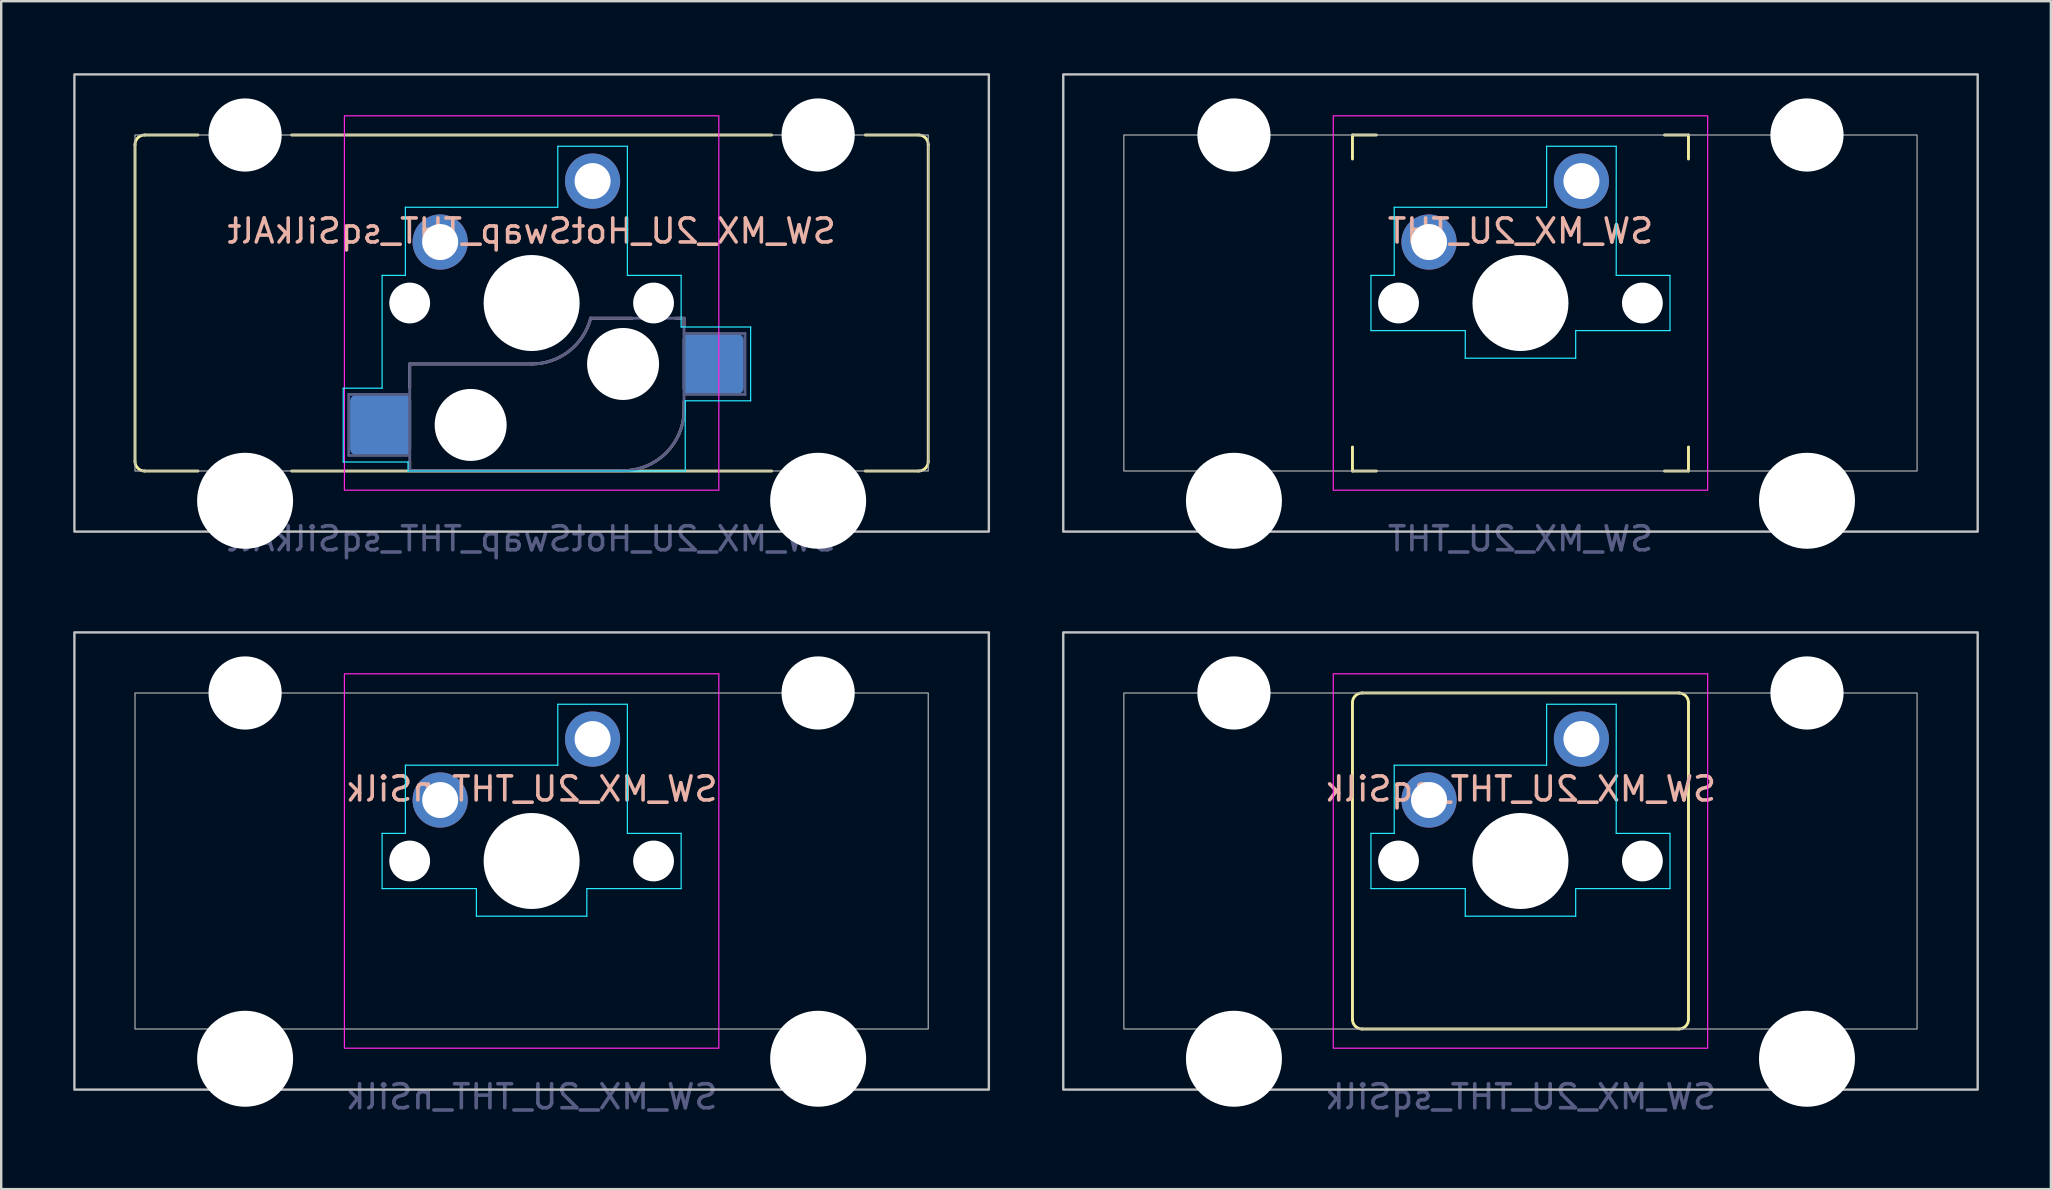
<source format=kicad_pcb>
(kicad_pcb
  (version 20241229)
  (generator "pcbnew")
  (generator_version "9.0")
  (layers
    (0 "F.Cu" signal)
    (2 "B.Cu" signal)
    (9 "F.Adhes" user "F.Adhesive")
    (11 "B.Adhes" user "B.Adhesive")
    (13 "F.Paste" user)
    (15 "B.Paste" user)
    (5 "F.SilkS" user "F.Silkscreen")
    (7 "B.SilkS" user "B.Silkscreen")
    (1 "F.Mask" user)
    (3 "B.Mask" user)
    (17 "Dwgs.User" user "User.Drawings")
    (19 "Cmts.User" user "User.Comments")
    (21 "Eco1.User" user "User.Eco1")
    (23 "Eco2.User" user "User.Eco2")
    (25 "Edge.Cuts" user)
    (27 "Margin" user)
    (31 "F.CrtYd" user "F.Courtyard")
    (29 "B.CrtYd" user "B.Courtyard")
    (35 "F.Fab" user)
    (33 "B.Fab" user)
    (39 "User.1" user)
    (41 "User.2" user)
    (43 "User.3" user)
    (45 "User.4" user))
  (footprint "SW_MX_2U_THT"
    (layer "F.Cu")
    (at 60.3 9.575)
    (property "Reference" "SW_MX_2U_THT" (at 0 -3 0) (unlocked yes) (layer "B.SilkS") (effects (font (size 1 1) (thickness 0.15)) (justify mirror)))
    (attr through_hole)
    (fp_line (start -7 -7) (end -7 -6) (stroke (width 0.12) (type solid)) (layer "F.SilkS"))
    (fp_line (start -7 7) (end -7 6) (stroke (width 0.12) (type solid)) (layer "F.SilkS"))
    (fp_line (start -7 7) (end -6 7) (stroke (width 0.12) (type solid)) (layer "F.SilkS"))
    (fp_line (start -6 -7) (end -7 -7) (stroke (width 0.12) (type solid)) (layer "F.SilkS"))
    (fp_line (start 6 7) (end 7 7) (stroke (width 0.12) (type solid)) (layer "F.SilkS"))
    (fp_line (start 7 -7) (end 6 -7) (stroke (width 0.12) (type solid)) (layer "F.SilkS"))
    (fp_line (start 7 -6) (end 7 -7) (stroke (width 0.12) (type solid)) (layer "F.SilkS"))
    (fp_line (start 7 7) (end 7 6) (stroke (width 0.12) (type solid)) (layer "F.SilkS"))
    (fp_rect (start -19.05 -9.525) (end 19.05 9.525) (stroke (width 0.1) (type default)) (fill no) (layer "Dwgs.User"))
    (fp_line (start -6.23 -1.15) (end -6.23 1.15) (stroke (width 0.05) (type default)) (layer "B.CrtYd"))
    (fp_line (start -6.23 -1.15) (end -5.26 -1.15) (stroke (width 0.05) (type default)) (layer "B.CrtYd"))
    (fp_line (start -6.23 1.15) (end -2.3 1.15) (stroke (width 0.05) (type default)) (layer "B.CrtYd"))
    (fp_line (start -5.26 -3.99) (end 1.09 -3.99) (stroke (width 0.05) (type default)) (layer "B.CrtYd"))
    (fp_line (start -5.26 -1.15) (end -5.26 -3.99) (stroke (width 0.05) (type default)) (layer "B.CrtYd"))
    (fp_line (start -2.3 1.15) (end -2.3 2.3) (stroke (width 0.05) (type default)) (layer "B.CrtYd"))
    (fp_line (start -2.3 2.3) (end 2.3 2.3) (stroke (width 0.05) (type default)) (layer "B.CrtYd"))
    (fp_line (start 1.09 -6.53) (end 3.99 -6.53) (stroke (width 0.05) (type default)) (layer "B.CrtYd"))
    (fp_line (start 1.09 -3.99) (end 1.09 -6.53) (stroke (width 0.05) (type default)) (layer "B.CrtYd"))
    (fp_line (start 2.3 1.15) (end 2.3 2.3) (stroke (width 0.05) (type default)) (layer "B.CrtYd"))
    (fp_line (start 3.99 -6.53) (end 3.99 -1.15) (stroke (width 0.05) (type default)) (layer "B.CrtYd"))
    (fp_line (start 3.99 -1.15) (end 6.23 -1.15) (stroke (width 0.05) (type default)) (layer "B.CrtYd"))
    (fp_line (start 6.23 -1.15) (end 6.23 1.15) (stroke (width 0.05) (type default)) (layer "B.CrtYd"))
    (fp_line (start 6.23 1.15) (end 2.3 1.15) (stroke (width 0.05) (type default)) (layer "B.CrtYd"))
    (fp_rect (start -7.8 -7.8) (end 7.8 7.8) (stroke (width 0.05) (type default)) (fill no) (layer "F.CrtYd"))
    (fp_rect (start -16.525 -7) (end 16.525 7) (stroke (width 0.05) (type default)) (fill no) (layer "F.Fab"))
    (fp_text user "${REFERENCE}" (at 0 9.825 0) (layer "B.Fab") (effects (font (size 1 1) (thickness 0.15)) (justify mirror)))
    (pad "" np_thru_hole circle (at -11.938 -7) (size 3.05 3.05) (drill 3.05) (layers "*.Cu" "*.Mask"))
    (pad "" np_thru_hole circle (at -11.938 8.24) (size 4 4) (drill 4) (layers "*.Cu" "*.Mask"))
    (pad "" np_thru_hole circle (at -5.08 0) (size 1.7 1.7) (drill 1.7) (layers "*.Cu" "*.Mask"))
    (pad "" np_thru_hole circle (at 0 0) (size 4 4) (drill 4) (layers "*.Cu" "*.Mask"))
    (pad "" np_thru_hole circle (at 5.08 0) (size 1.7 1.7) (drill 1.7) (layers "*.Cu" "*.Mask"))
    (pad "" np_thru_hole circle (at 11.938 -7) (size 3.05 3.05) (drill 3.05) (layers "*.Cu" "*.Mask"))
    (pad "" np_thru_hole circle (at 11.938 8.24) (size 4 4) (drill 4) (layers "*.Cu" "*.Mask"))
    (pad "1" thru_hole circle (at 2.54 -5.08) (size 2.3 2.3) (drill 1.5) (layers "*.Cu" "*.Mask"))
    (pad "2" thru_hole circle (at -3.81 -2.54) (size 2.3 2.3) (drill 1.5) (layers "*.Cu" "*.Mask")))
  (footprint "SW_MX_2U_HotSwap_THT_sqSilkAlt"
    (layer "F.Cu")
    (at 19.1 9.575)
    (property "Reference" "SW_MX_2U_HotSwap_THT_sqSilkAlt" (at 0 -3 0) (unlocked yes) (layer "B.SilkS") (effects (font (size 1 1) (thickness 0.15)) (justify mirror)))
    (attr through_hole)
    (fp_line (start -16.525 6.6) (end -16.525 -6.6) (stroke (width 0.12) (type default)) (layer "F.SilkS"))
    (fp_line (start -16.125 -7) (end -13.9 -7) (stroke (width 0.12) (type default)) (layer "F.SilkS"))
    (fp_line (start -13.9 7) (end -16.125 7) (stroke (width 0.12) (type default)) (layer "F.SilkS"))
    (fp_line (start 10 -7) (end -10 -7) (stroke (width 0.12) (type default)) (layer "F.SilkS"))
    (fp_line (start 10 7) (end -10 7) (stroke (width 0.12) (type default)) (layer "F.SilkS"))
    (fp_line (start 13.9 -7) (end 16.125 -7) (stroke (width 0.12) (type default)) (layer "F.SilkS"))
    (fp_line (start 16.125 7) (end 13.9 7) (stroke (width 0.12) (type default)) (layer "F.SilkS"))
    (fp_line (start 16.525 -6.6) (end 16.525 6.6) (stroke (width 0.12) (type default)) (layer "F.SilkS"))
    (fp_arc (start -16.525 -6.6) (mid -16.407843 -6.882843) (end -16.125 -7) (stroke (width 0.12) (type default)) (layer "F.SilkS"))
    (fp_arc (start -16.125 7) (mid -16.407843 6.882843) (end -16.525 6.6) (stroke (width 0.12) (type default)) (layer "F.SilkS"))
    (fp_arc (start 16.125 -7) (mid 16.407843 -6.882843) (end 16.525 -6.6) (stroke (width 0.12) (type default)) (layer "F.SilkS"))
    (fp_arc (start 16.525 6.6) (mid 16.407843 6.882843) (end 16.125 7) (stroke (width 0.12) (type default)) (layer "F.SilkS"))
    (fp_line (start -5.08 2.54) (end -5.08 3.53) (stroke (width 0.12) (type default)) (layer "B.SilkS"))
    (fp_line (start -5.08 2.54) (end 0 2.54) (stroke (width 0.12) (type solid)) (layer "B.SilkS"))
    (fp_line (start -5.08 6.985) (end -5.08 6.604) (stroke (width 0.12) (type solid)) (layer "B.SilkS"))
    (fp_line (start 2.464 0.635) (end 4.191 0.635) (stroke (width 0.12) (type solid)) (layer "B.SilkS"))
    (fp_line (start 3.81 6.985) (end -5.08 6.985) (stroke (width 0.12) (type solid)) (layer "B.SilkS"))
    (fp_line (start 6 0.635) (end 6.35 0.635) (stroke (width 0.12) (type solid)) (layer "B.SilkS"))
    (fp_line (start 6.35 1) (end 6.35 0.635) (stroke (width 0.12) (type solid)) (layer "B.SilkS"))
    (fp_line (start 6.35 4.445) (end 6.35 4.1) (stroke (width 0.12) (type solid)) (layer "B.SilkS"))
    (fp_arc (start 2.459645 0.633835) (mid 1.555902 2.007678) (end 0 2.539999) (stroke (width 0.12) (type default)) (layer "B.SilkS"))
    (fp_arc (start 6.35 4.444999) (mid 5.606051 6.24105) (end 3.81 6.984999) (stroke (width 0.12) (type solid)) (layer "B.SilkS"))
    (fp_rect (start -19.05 -9.525) (end 19.05 9.525) (stroke (width 0.1) (type default)) (fill no) (layer "Dwgs.User"))
    (fp_line (start -7.85 3.55) (end -7.85 6.625) (stroke (width 0.05) (type default)) (layer "B.CrtYd"))
    (fp_line (start -7.85 6.625) (end -5.15 6.625) (stroke (width 0.05) (type default)) (layer "B.CrtYd"))
    (fp_line (start -6.23 -1.15) (end -6.23 3.55) (stroke (width 0.05) (type default)) (layer "B.CrtYd"))
    (fp_line (start -6.23 -1.15) (end -5.26 -1.15) (stroke (width 0.05) (type default)) (layer "B.CrtYd"))
    (fp_line (start -6.23 3.55) (end -7.85 3.55) (stroke (width 0.05) (type default)) (layer "B.CrtYd"))
    (fp_line (start -5.26 -3.99) (end 1.09 -3.99) (stroke (width 0.05) (type default)) (layer "B.CrtYd"))
    (fp_line (start -5.26 -1.15) (end -5.26 -3.99) (stroke (width 0.05) (type default)) (layer "B.CrtYd"))
    (fp_line (start -5.15 6.625) (end -5.15 7) (stroke (width 0.05) (type default)) (layer "B.CrtYd"))
    (fp_line (start -5.15 7) (end 6.4 7) (stroke (width 0.05) (type default)) (layer "B.CrtYd"))
    (fp_line (start 1.09 -6.53) (end 3.99 -6.53) (stroke (width 0.05) (type default)) (layer "B.CrtYd"))
    (fp_line (start 1.09 -3.99) (end 1.09 -6.53) (stroke (width 0.05) (type default)) (layer "B.CrtYd"))
    (fp_line (start 3.99 -6.53) (end 3.99 -1.15) (stroke (width 0.05) (type default)) (layer "B.CrtYd"))
    (fp_line (start 3.99 -1.15) (end 6.23 -1.15) (stroke (width 0.05) (type default)) (layer "B.CrtYd"))
    (fp_line (start 6.23 -1.15) (end 6.23 1) (stroke (width 0.05) (type default)) (layer "B.CrtYd"))
    (fp_line (start 6.23 1) (end 9.125 1) (stroke (width 0.05) (type default)) (layer "B.CrtYd"))
    (fp_line (start 6.4 4.075) (end 6.4 7) (stroke (width 0.05) (type default)) (layer "B.CrtYd"))
    (fp_line (start 9.125 1) (end 9.125 4.075) (stroke (width 0.05) (type default)) (layer "B.CrtYd"))
    (fp_line (start 9.125 4.075) (end 6.4 4.075) (stroke (width 0.05) (type default)) (layer "B.CrtYd"))
    (fp_rect (start -7.8 -7.8) (end 7.8 7.8) (stroke (width 0.05) (type default)) (fill no) (layer "F.CrtYd"))
    (fp_line (start -7.62 3.81) (end -5.08 3.81) (stroke (width 0.12) (type solid)) (layer "B.Fab"))
    (fp_line (start -7.62 6.35) (end -7.62 3.81) (stroke (width 0.12) (type solid)) (layer "B.Fab"))
    (fp_line (start -5.08 2.54) (end 0 2.54) (stroke (width 0.12) (type solid)) (layer "B.Fab"))
    (fp_line (start -5.08 6.35) (end -7.62 6.35) (stroke (width 0.12) (type solid)) (layer "B.Fab"))
    (fp_line (start -5.08 6.985) (end -5.08 2.54) (stroke (width 0.12) (type solid)) (layer "B.Fab"))
    (fp_line (start 3.81 6.985) (end -5.08 6.985) (stroke (width 0.12) (type solid)) (layer "B.Fab"))
    (fp_line (start 6.35 0.635) (end 2.54 0.635) (stroke (width 0.12) (type solid)) (layer "B.Fab"))
    (fp_line (start 6.35 0.635) (end 6.35 4.445) (stroke (width 0.12) (type solid)) (layer "B.Fab"))
    (fp_line (start 6.35 1.27) (end 8.89 1.27) (stroke (width 0.12) (type solid)) (layer "B.Fab"))
    (fp_line (start 8.89 1.27) (end 8.89 3.81) (stroke (width 0.12) (type solid)) (layer "B.Fab"))
    (fp_line (start 8.89 3.81) (end 6.35 3.81) (stroke (width 0.12) (type solid)) (layer "B.Fab"))
    (fp_arc (start 2.464162 0.616039) (mid 1.563147 2.002041) (end 0 2.539999) (stroke (width 0.12) (type solid)) (layer "B.Fab"))
    (fp_arc (start 6.35 4.444999) (mid 5.606051 6.24105) (end 3.81 6.984999) (stroke (width 0.12) (type solid)) (layer "B.Fab"))
    (fp_rect (start -16.525 -7) (end 16.525 7) (stroke (width 0.05) (type default)) (fill no) (layer "F.Fab"))
    (fp_text user "${REFERENCE}" (at 0 9.825 0) (layer "B.Fab") (effects (font (size 1 1) (thickness 0.15)) (justify mirror)))
    (pad "" np_thru_hole circle (at -11.938 -7) (size 3.05 3.05) (drill 3.05) (layers "*.Cu" "*.Mask"))
    (pad "" np_thru_hole circle (at -11.938 8.24) (size 4 4) (drill 4) (layers "*.Cu" "*.Mask"))
    (pad "" np_thru_hole circle (at -5.08 0) (size 1.7 1.7) (drill 1.7) (layers "*.Cu" "*.Mask"))
    (pad "" np_thru_hole circle (at -2.54 5.08 180) (size 3 3) (drill 3) (layers "*.Cu" "*.Mask"))
    (pad "" np_thru_hole circle (at 0 0) (size 4 4) (drill 4) (layers "*.Cu" "*.Mask"))
    (pad "" np_thru_hole circle (at 3.81 2.54 180) (size 3 3) (drill 3) (layers "*.Cu" "*.Mask"))
    (pad "" np_thru_hole circle (at 5.08 0) (size 1.7 1.7) (drill 1.7) (layers "*.Cu" "*.Mask"))
    (pad "" np_thru_hole circle (at 11.938 -7) (size 3.05 3.05) (drill 3.05) (layers "*.Cu" "*.Mask"))
    (pad "" np_thru_hole circle (at 11.938 8.24) (size 4 4) (drill 4) (layers "*.Cu" "*.Mask"))
    (pad "1" thru_hole circle (at 2.54 -5.08) (size 2.3 2.3) (drill 1.5) (layers "*.Cu" "*.Mask"))
    (pad "1" smd roundrect (at 7.56 2.54 180) (size 2.55 2.5) (layers "B.Cu" "B.Mask" "B.Paste") (roundrect_rratio 0.1))
    (pad "2" smd roundrect (at -6.29 5.08 180) (size 2.55 2.5) (layers "B.Cu" "B.Mask" "B.Paste") (roundrect_rratio 0.1))
    (pad "2" thru_hole circle (at -3.81 -2.54) (size 2.3 2.3) (drill 1.5) (layers "*.Cu" "*.Mask")))
  (footprint "SW_MX_2U_THT_sqSilk"
    (layer "F.Cu")
    (at 60.3 32.823)
    (property "Reference" "SW_MX_2U_THT_sqSilk" (at 0 -3 0) (unlocked yes) (layer "B.SilkS") (effects (font (size 1 1) (thickness 0.15)) (justify mirror)))
    (attr through_hole)
    (fp_line (start -7 6.6) (end -7 -6.6) (stroke (width 0.12) (type default)) (layer "F.SilkS"))
    (fp_line (start -6.6 -7) (end 6.6 -7) (stroke (width 0.12) (type default)) (layer "F.SilkS"))
    (fp_line (start 6.6 7) (end -6.6 7) (stroke (width 0.12) (type default)) (layer "F.SilkS"))
    (fp_line (start 7 -6.6) (end 7 6.6) (stroke (width 0.12) (type default)) (layer "F.SilkS"))
    (fp_arc (start -7 -6.600001) (mid -6.882843 -6.882844) (end -6.6 -7.000001) (stroke (width 0.12) (type default)) (layer "F.SilkS"))
    (fp_arc (start -6.6 6.999999) (mid -6.882843 6.882842) (end -7 6.599999) (stroke (width 0.12) (type default)) (layer "F.SilkS"))
    (fp_arc (start 6.6 -7.000001) (mid 6.882843 -6.882844) (end 7 -6.600001) (stroke (width 0.12) (type default)) (layer "F.SilkS"))
    (fp_arc (start 7 6.599999) (mid 6.882843 6.882842) (end 6.6 6.999999) (stroke (width 0.12) (type default)) (layer "F.SilkS"))
    (fp_rect (start -19.05 -9.525) (end 19.05 9.525) (stroke (width 0.1) (type default)) (fill no) (layer "Dwgs.User"))
    (fp_line (start -6.23 -1.15) (end -6.23 1.15) (stroke (width 0.05) (type default)) (layer "B.CrtYd"))
    (fp_line (start -6.23 -1.15) (end -5.26 -1.15) (stroke (width 0.05) (type default)) (layer "B.CrtYd"))
    (fp_line (start -6.23 1.15) (end -2.3 1.15) (stroke (width 0.05) (type default)) (layer "B.CrtYd"))
    (fp_line (start -5.26 -3.99) (end 1.09 -3.99) (stroke (width 0.05) (type default)) (layer "B.CrtYd"))
    (fp_line (start -5.26 -1.15) (end -5.26 -3.99) (stroke (width 0.05) (type default)) (layer "B.CrtYd"))
    (fp_line (start -2.3 1.15) (end -2.3 2.3) (stroke (width 0.05) (type default)) (layer "B.CrtYd"))
    (fp_line (start -2.3 2.3) (end 2.3 2.3) (stroke (width 0.05) (type default)) (layer "B.CrtYd"))
    (fp_line (start 1.09 -6.53) (end 3.99 -6.53) (stroke (width 0.05) (type default)) (layer "B.CrtYd"))
    (fp_line (start 1.09 -3.99) (end 1.09 -6.53) (stroke (width 0.05) (type default)) (layer "B.CrtYd"))
    (fp_line (start 2.3 1.15) (end 2.3 2.3) (stroke (width 0.05) (type default)) (layer "B.CrtYd"))
    (fp_line (start 3.99 -6.53) (end 3.99 -1.15) (stroke (width 0.05) (type default)) (layer "B.CrtYd"))
    (fp_line (start 3.99 -1.15) (end 6.23 -1.15) (stroke (width 0.05) (type default)) (layer "B.CrtYd"))
    (fp_line (start 6.23 -1.15) (end 6.23 1.15) (stroke (width 0.05) (type default)) (layer "B.CrtYd"))
    (fp_line (start 6.23 1.15) (end 2.3 1.15) (stroke (width 0.05) (type default)) (layer "B.CrtYd"))
    (fp_rect (start -7.8 -7.8) (end 7.8 7.8) (stroke (width 0.05) (type default)) (fill no) (layer "F.CrtYd"))
    (fp_rect (start -16.525 -7) (end 16.525 7) (stroke (width 0.05) (type default)) (fill no) (layer "F.Fab"))
    (fp_text user "${REFERENCE}" (at 0 9.825 0) (layer "B.Fab") (effects (font (size 1 1) (thickness 0.15)) (justify mirror)))
    (pad "" np_thru_hole circle (at -11.938 -7) (size 3.05 3.05) (drill 3.05) (layers "*.Cu" "*.Mask"))
    (pad "" np_thru_hole circle (at -11.938 8.24) (size 4 4) (drill 4) (layers "*.Cu" "*.Mask"))
    (pad "" np_thru_hole circle (at -5.08 0) (size 1.7 1.7) (drill 1.7) (layers "*.Cu" "*.Mask"))
    (pad "" np_thru_hole circle (at 0 0) (size 4 4) (drill 4) (layers "*.Cu" "*.Mask"))
    (pad "" np_thru_hole circle (at 5.08 0) (size 1.7 1.7) (drill 1.7) (layers "*.Cu" "*.Mask"))
    (pad "" np_thru_hole circle (at 11.938 -7) (size 3.05 3.05) (drill 3.05) (layers "*.Cu" "*.Mask"))
    (pad "" np_thru_hole circle (at 11.938 8.24) (size 4 4) (drill 4) (layers "*.Cu" "*.Mask"))
    (pad "1" thru_hole circle (at 2.54 -5.08) (size 2.3 2.3) (drill 1.5) (layers "*.Cu" "*.Mask"))
    (pad "2" thru_hole circle (at -3.81 -2.54) (size 2.3 2.3) (drill 1.5) (layers "*.Cu" "*.Mask")))
  (footprint "SW_MX_2U_THT_nSilk"
    (layer "F.Cu")
    (at 19.1 32.823)
    (property "Reference" "SW_MX_2U_THT_nSilk" (at 0 -3 0) (unlocked yes) (layer "B.SilkS") (effects (font (size 1 1) (thickness 0.15)) (justify mirror)))
    (attr through_hole)
    (fp_rect (start -19.05 -9.525) (end 19.05 9.525) (stroke (width 0.1) (type default)) (fill no) (layer "Dwgs.User"))
    (fp_line (start -6.23 -1.15) (end -6.23 1.15) (stroke (width 0.05) (type default)) (layer "B.CrtYd"))
    (fp_line (start -6.23 -1.15) (end -5.26 -1.15) (stroke (width 0.05) (type default)) (layer "B.CrtYd"))
    (fp_line (start -6.23 1.15) (end -2.3 1.15) (stroke (width 0.05) (type default)) (layer "B.CrtYd"))
    (fp_line (start -5.26 -3.99) (end 1.09 -3.99) (stroke (width 0.05) (type default)) (layer "B.CrtYd"))
    (fp_line (start -5.26 -1.15) (end -5.26 -3.99) (stroke (width 0.05) (type default)) (layer "B.CrtYd"))
    (fp_line (start -2.3 1.15) (end -2.3 2.3) (stroke (width 0.05) (type default)) (layer "B.CrtYd"))
    (fp_line (start -2.3 2.3) (end 2.3 2.3) (stroke (width 0.05) (type default)) (layer "B.CrtYd"))
    (fp_line (start 1.09 -6.53) (end 3.99 -6.53) (stroke (width 0.05) (type default)) (layer "B.CrtYd"))
    (fp_line (start 1.09 -3.99) (end 1.09 -6.53) (stroke (width 0.05) (type default)) (layer "B.CrtYd"))
    (fp_line (start 2.3 1.15) (end 2.3 2.3) (stroke (width 0.05) (type default)) (layer "B.CrtYd"))
    (fp_line (start 3.99 -6.53) (end 3.99 -1.15) (stroke (width 0.05) (type default)) (layer "B.CrtYd"))
    (fp_line (start 3.99 -1.15) (end 6.23 -1.15) (stroke (width 0.05) (type default)) (layer "B.CrtYd"))
    (fp_line (start 6.23 -1.15) (end 6.23 1.15) (stroke (width 0.05) (type default)) (layer "B.CrtYd"))
    (fp_line (start 6.23 1.15) (end 2.3 1.15) (stroke (width 0.05) (type default)) (layer "B.CrtYd"))
    (fp_rect (start -7.8 -7.8) (end 7.8 7.8) (stroke (width 0.05) (type default)) (fill no) (layer "F.CrtYd"))
    (fp_rect (start -16.525 -7) (end 16.525 7) (stroke (width 0.05) (type default)) (fill no) (layer "F.Fab"))
    (fp_text user "${REFERENCE}" (at 0 9.825 0) (layer "B.Fab") (effects (font (size 1 1) (thickness 0.15)) (justify mirror)))
    (pad "" np_thru_hole circle (at -11.938 -7) (size 3.05 3.05) (drill 3.05) (layers "*.Cu" "*.Mask"))
    (pad "" np_thru_hole circle (at -11.938 8.24) (size 4 4) (drill 4) (layers "*.Cu" "*.Mask"))
    (pad "" np_thru_hole circle (at -5.08 0) (size 1.7 1.7) (drill 1.7) (layers "*.Cu" "*.Mask"))
    (pad "" np_thru_hole circle (at 0 0) (size 4 4) (drill 4) (layers "*.Cu" "*.Mask"))
    (pad "" np_thru_hole circle (at 5.08 0) (size 1.7 1.7) (drill 1.7) (layers "*.Cu" "*.Mask"))
    (pad "" np_thru_hole circle (at 11.938 -7) (size 3.05 3.05) (drill 3.05) (layers "*.Cu" "*.Mask"))
    (pad "" np_thru_hole circle (at 11.938 8.24) (size 4 4) (drill 4) (layers "*.Cu" "*.Mask"))
    (pad "1" thru_hole circle (at 2.54 -5.08) (size 2.3 2.3) (drill 1.5) (layers "*.Cu" "*.Mask"))
    (pad "2" thru_hole circle (at -3.81 -2.54) (size 2.3 2.3) (drill 1.5) (layers "*.Cu" "*.Mask")))
  (gr_rect
    (start -3 -3)
    (end 82.4 46.496)
    (stroke (width 0.1) (type default))
    (fill no)
    (layer "Edge.Cuts")))
</source>
